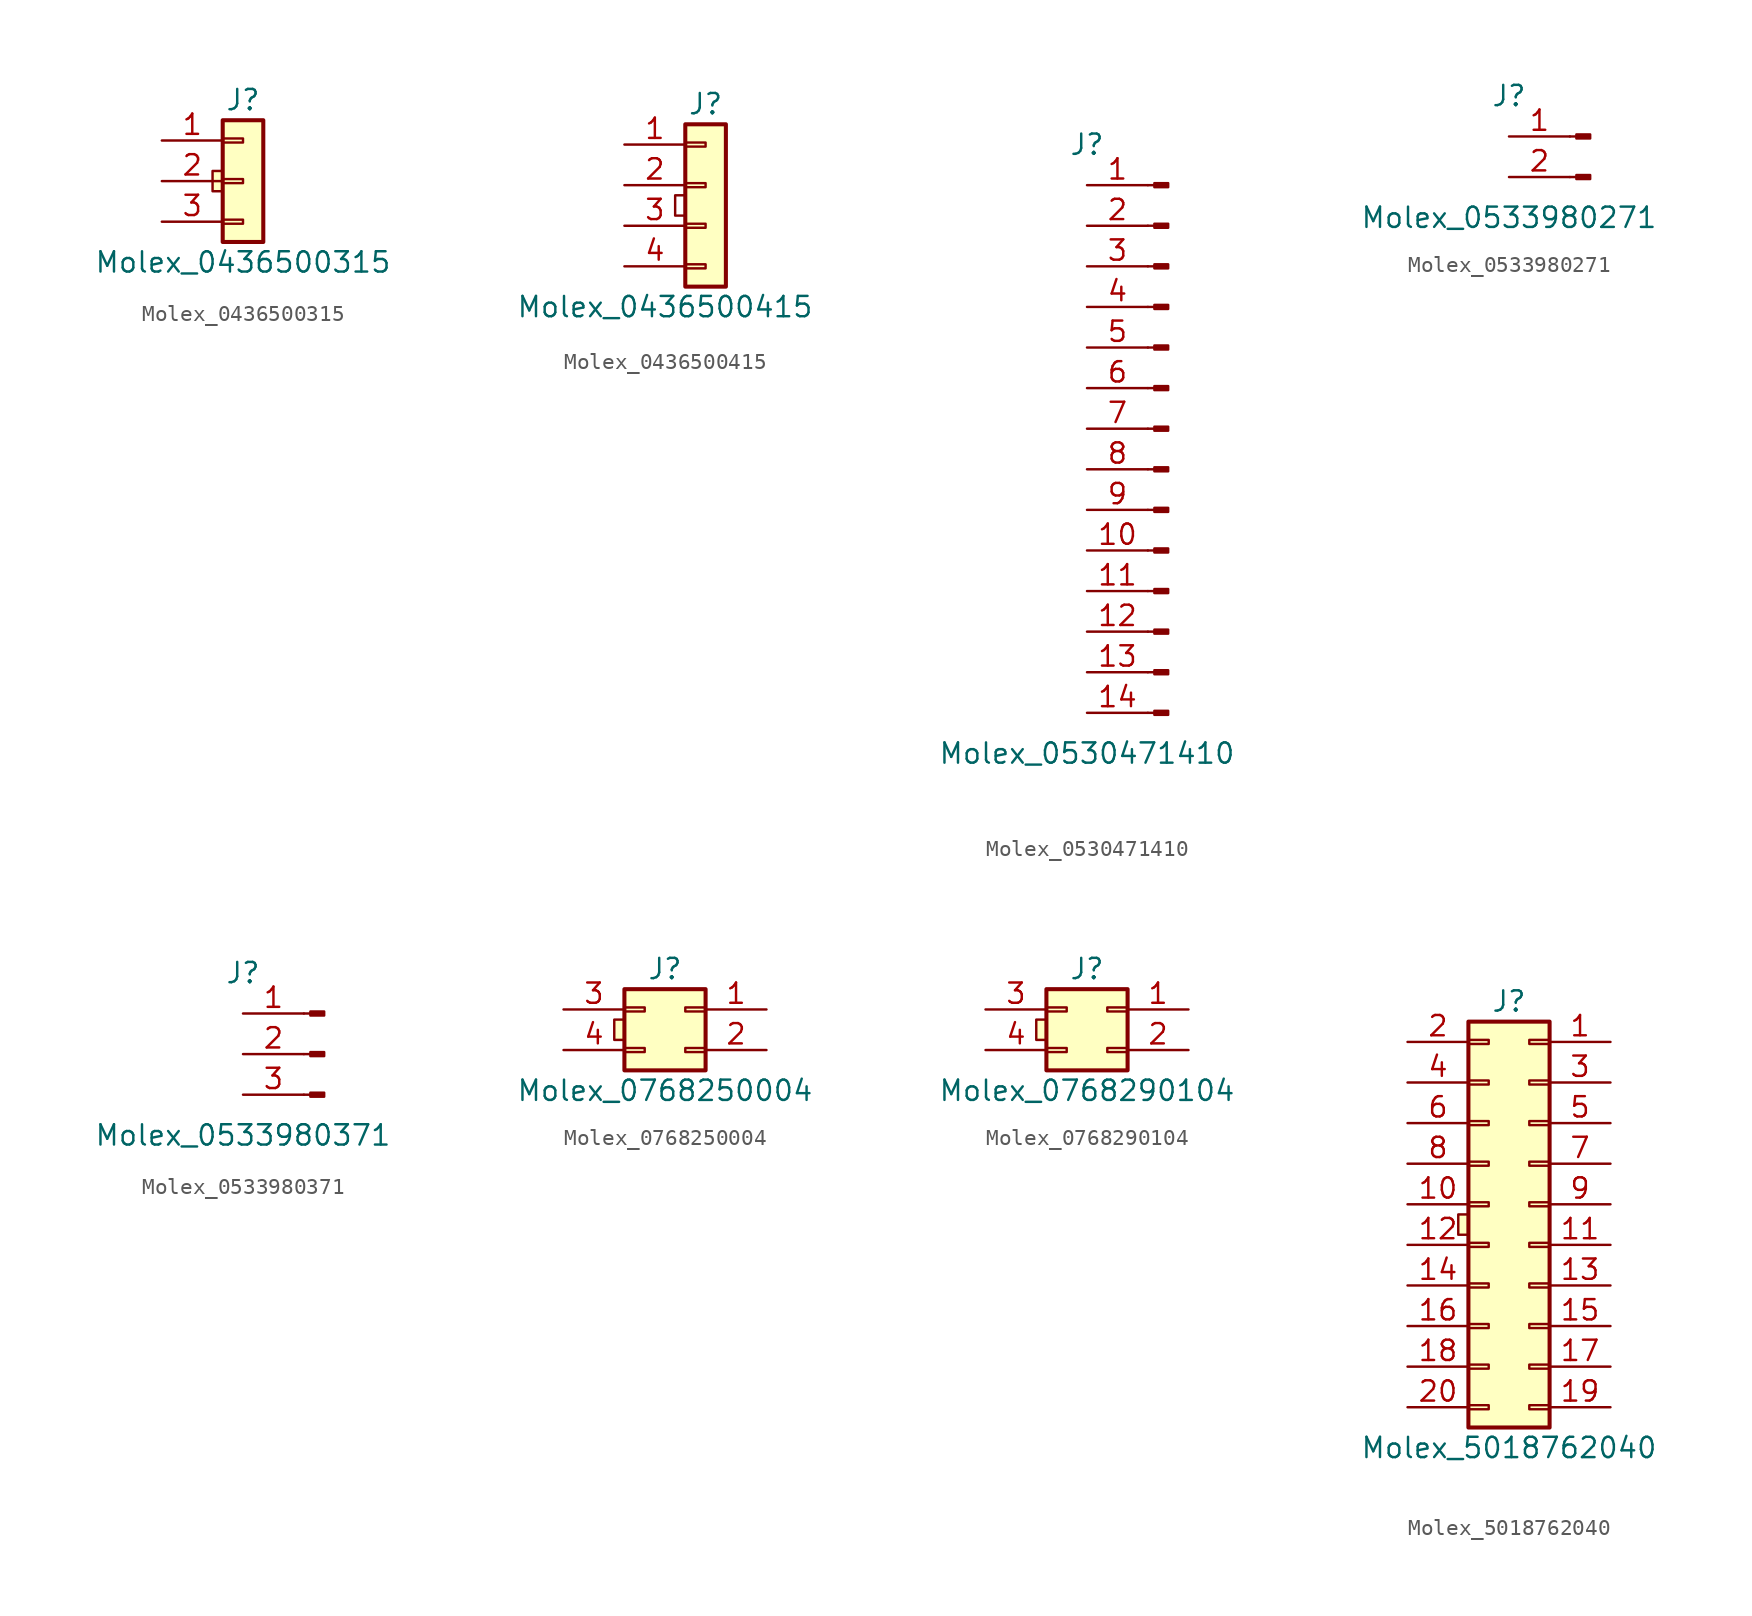
<source format=kicad_sym>
(kicad_symbol_lib
  (version 20231120)
  (generator "kicad_symbol_editor")
  (generator_version "8.0")
  (symbol "Molex_0436500315"
    (pin_names
      (offset 1.016) hide)
    (property "Reference" "J"
      (at 0 5.08 0)
      (effects (font (size 1.27 1.27))))
    (property "Value" "Molex_0436500315"
      (at 0 -5.08 0)
      (effects (font (size 1.27 1.27))))
    (symbol "Molex_0436500315_0_1"
      (rectangle (start -1.27 0.635) (end -1.905 -0.635) (stroke (width 0) (type default)) (fill (type background))))
    (symbol "Molex_0436500315_1_1"
      (rectangle (start -1.27 -2.413) (end 0 -2.667) (stroke (width 0.152) (type default)) (fill (type none)))
      (rectangle (start -1.27 0.127) (end 0 -0.127) (stroke (width 0.152) (type default)) (fill (type none)))
      (rectangle (start -1.27 2.667) (end 0 2.413) (stroke (width 0.152) (type default)) (fill (type none)))
      (rectangle (start -1.27 3.81) (end 1.27 -3.81) (stroke (width 0.254) (type default)) (fill (type background)))
      (pin passive line (at -5.08 2.54 0) (length 3.81) (name "Pin_1" (effects (font (size 1.27 1.27)))) (number "1" (effects (font (size 1.27 1.27)))))
      (pin passive line (at -5.08 0 0) (length 3.81) (name "Pin_2" (effects (font (size 1.27 1.27)))) (number "2" (effects (font (size 1.27 1.27)))))
      (pin passive line (at -5.08 -2.54 0) (length 3.81) (name "Pin_3" (effects (font (size 1.27 1.27)))) (number "3" (effects (font (size 1.27 1.27)))))))
  (symbol "Molex_0436500415"
    (property "Reference" "J"
      (at 0 6.35 0)
      (effects (font (size 1.27 1.27))))
    (property "Value" "Molex_0436500415"
      (at -2.54 -6.35 0)
      (effects (font (size 1.27 1.27))))
    (symbol "Molex_0436500415_0_1"
      (rectangle (start -1.27 0.635) (end -1.905 -0.635) (stroke (width 0) (type default)) (fill (type none))))
    (symbol "Molex_0436500415_1_1"
      (rectangle (start -1.27 -3.683) (end 0 -3.937) (stroke (width 0.152) (type default)) (fill (type none)))
      (rectangle (start -1.27 -1.143) (end 0 -1.397) (stroke (width 0.152) (type default)) (fill (type none)))
      (rectangle (start -1.27 1.397) (end 0 1.143) (stroke (width 0.152) (type default)) (fill (type none)))
      (rectangle (start -1.27 3.937) (end 0 3.683) (stroke (width 0.152) (type default)) (fill (type none)))
      (rectangle (start -1.27 5.08) (end 1.27 -5.08) (stroke (width 0.254) (type default)) (fill (type background)))
      (pin passive line (at -5.08 3.81 0) (length 3.81) (name "" (effects (font (size 1.27 1.27)))) (number "1" (effects (font (size 1.27 1.27)))))
      (pin passive line (at -5.08 1.27 0) (length 3.81) (name "" (effects (font (size 1.27 1.27)))) (number "2" (effects (font (size 1.27 1.27)))))
      (pin passive line (at -5.08 -1.27 0) (length 3.81) (name "" (effects (font (size 1.27 1.27)))) (number "3" (effects (font (size 1.27 1.27)))))
      (pin passive line (at -5.08 -3.81 0) (length 3.81) (name "" (effects (font (size 1.27 1.27)))) (number "4" (effects (font (size 1.27 1.27)))))))
  (symbol "Molex_0530471410"
    (pin_names
      (offset 1.016) hide)
    (property "Reference" "J"
      (at 0 17.78 0)
      (effects (font (size 1.27 1.27))))
    (property "Value" "Molex_0530471410"
      (at 0 -20.32 0)
      (effects (font (size 1.27 1.27))))
    (symbol "Molex_0530471410_1_1"
      (polyline (pts (xy 3.81 -17.78) (xy 4.216 -17.78)) (stroke (width 0.152) (type default)) (fill (type none)))
      (polyline (pts (xy 3.81 -15.24) (xy 4.216 -15.24)) (stroke (width 0.152) (type default)) (fill (type none)))
      (polyline (pts (xy 3.81 -12.7) (xy 4.216 -12.7)) (stroke (width 0.152) (type default)) (fill (type none)))
      (polyline (pts (xy 3.81 -10.16) (xy 4.216 -10.16)) (stroke (width 0.152) (type default)) (fill (type none)))
      (polyline (pts (xy 3.81 -7.62) (xy 4.216 -7.62)) (stroke (width 0.152) (type default)) (fill (type none)))
      (polyline (pts (xy 3.81 -5.08) (xy 4.216 -5.08)) (stroke (width 0.152) (type default)) (fill (type none)))
      (polyline (pts (xy 3.81 -2.54) (xy 4.216 -2.54)) (stroke (width 0.152) (type default)) (fill (type none)))
      (polyline (pts (xy 3.81 0) (xy 4.216 0)) (stroke (width 0.152) (type default)) (fill (type none)))
      (polyline (pts (xy 3.81 2.54) (xy 4.216 2.54)) (stroke (width 0.152) (type default)) (fill (type none)))
      (polyline (pts (xy 3.81 5.08) (xy 4.216 5.08)) (stroke (width 0.152) (type default)) (fill (type none)))
      (polyline (pts (xy 3.81 7.62) (xy 4.216 7.62)) (stroke (width 0.152) (type default)) (fill (type none)))
      (polyline (pts (xy 3.81 10.16) (xy 4.216 10.16)) (stroke (width 0.152) (type default)) (fill (type none)))
      (polyline (pts (xy 3.81 12.7) (xy 4.216 12.7)) (stroke (width 0.152) (type default)) (fill (type none)))
      (polyline (pts (xy 3.81 15.24) (xy 4.216 15.24)) (stroke (width 0.152) (type default)) (fill (type none)))
      (rectangle (start 5.08 -17.907) (end 4.216 -17.653) (stroke (width 0.152) (type default)) (fill (type outline)))
      (rectangle (start 5.08 -15.367) (end 4.216 -15.113) (stroke (width 0.152) (type default)) (fill (type outline)))
      (rectangle (start 5.08 -12.827) (end 4.216 -12.573) (stroke (width 0.152) (type default)) (fill (type outline)))
      (rectangle (start 5.08 -10.287) (end 4.216 -10.033) (stroke (width 0.152) (type default)) (fill (type outline)))
      (rectangle (start 5.08 -7.747) (end 4.216 -7.493) (stroke (width 0.152) (type default)) (fill (type outline)))
      (rectangle (start 5.08 -5.207) (end 4.216 -4.953) (stroke (width 0.152) (type default)) (fill (type outline)))
      (rectangle (start 5.08 -2.667) (end 4.216 -2.413) (stroke (width 0.152) (type default)) (fill (type outline)))
      (rectangle (start 5.08 -0.127) (end 4.216 0.127) (stroke (width 0.152) (type default)) (fill (type outline)))
      (rectangle (start 5.08 2.413) (end 4.216 2.667) (stroke (width 0.152) (type default)) (fill (type outline)))
      (rectangle (start 5.08 4.953) (end 4.216 5.207) (stroke (width 0.152) (type default)) (fill (type outline)))
      (rectangle (start 5.08 7.493) (end 4.216 7.747) (stroke (width 0.152) (type default)) (fill (type outline)))
      (rectangle (start 5.08 10.033) (end 4.216 10.287) (stroke (width 0.152) (type default)) (fill (type outline)))
      (rectangle (start 5.08 12.573) (end 4.216 12.827) (stroke (width 0.152) (type default)) (fill (type outline)))
      (rectangle (start 5.08 15.113) (end 4.216 15.367) (stroke (width 0.152) (type default)) (fill (type outline)))
      (pin passive line (at 0 15.24 0) (length 3.81) (name "Pin_1" (effects (font (size 1.27 1.27)))) (number "1" (effects (font (size 1.27 1.27)))))
      (pin passive line (at 0 -7.62 0) (length 3.81) (name "Pin_10" (effects (font (size 1.27 1.27)))) (number "10" (effects (font (size 1.27 1.27)))))
      (pin passive line (at 0 -10.16 0) (length 3.81) (name "Pin_11" (effects (font (size 1.27 1.27)))) (number "11" (effects (font (size 1.27 1.27)))))
      (pin passive line (at 0 -12.7 0) (length 3.81) (name "Pin_12" (effects (font (size 1.27 1.27)))) (number "12" (effects (font (size 1.27 1.27)))))
      (pin passive line (at 0 -15.24 0) (length 3.81) (name "Pin_13" (effects (font (size 1.27 1.27)))) (number "13" (effects (font (size 1.27 1.27)))))
      (pin passive line (at 0 -17.78 0) (length 3.81) (name "Pin_14" (effects (font (size 1.27 1.27)))) (number "14" (effects (font (size 1.27 1.27)))))
      (pin passive line (at 0 12.7 0) (length 3.81) (name "Pin_2" (effects (font (size 1.27 1.27)))) (number "2" (effects (font (size 1.27 1.27)))))
      (pin passive line (at 0 10.16 0) (length 3.81) (name "Pin_3" (effects (font (size 1.27 1.27)))) (number "3" (effects (font (size 1.27 1.27)))))
      (pin passive line (at 0 7.62 0) (length 3.81) (name "Pin_4" (effects (font (size 1.27 1.27)))) (number "4" (effects (font (size 1.27 1.27)))))
      (pin passive line (at 0 5.08 0) (length 3.81) (name "Pin_5" (effects (font (size 1.27 1.27)))) (number "5" (effects (font (size 1.27 1.27)))))
      (pin passive line (at 0 2.54 0) (length 3.81) (name "Pin_6" (effects (font (size 1.27 1.27)))) (number "6" (effects (font (size 1.27 1.27)))))
      (pin passive line (at 0 0 0) (length 3.81) (name "Pin_7" (effects (font (size 1.27 1.27)))) (number "7" (effects (font (size 1.27 1.27)))))
      (pin passive line (at 0 -2.54 0) (length 3.81) (name "Pin_8" (effects (font (size 1.27 1.27)))) (number "8" (effects (font (size 1.27 1.27)))))
      (pin passive line (at 0 -5.08 0) (length 3.81) (name "Pin_9" (effects (font (size 1.27 1.27)))) (number "9" (effects (font (size 1.27 1.27)))))))
  (symbol "Molex_0533980271"
    (pin_names
      (offset 1.016) hide)
    (property "Reference" "J"
      (at 0 3.81 0)
      (effects (font (size 1.27 1.27))))
    (property "Value" "Molex_0533980271"
      (at 0 -3.81 0)
      (effects (font (size 1.27 1.27))))
    (symbol "Molex_0533980271_1_1"
      (polyline (pts (xy 3.81 -1.27) (xy 4.216 -1.27)) (stroke (width 0.152) (type default)) (fill (type none)))
      (polyline (pts (xy 3.81 1.27) (xy 4.216 1.27)) (stroke (width 0.152) (type default)) (fill (type none)))
      (rectangle (start 5.08 -1.397) (end 4.216 -1.143) (stroke (width 0.152) (type default)) (fill (type outline)))
      (rectangle (start 5.08 1.143) (end 4.216 1.397) (stroke (width 0.152) (type default)) (fill (type outline)))
      (pin passive line (at 0 1.27 0) (length 3.81) (name "Pin_1" (effects (font (size 1.27 1.27)))) (number "1" (effects (font (size 1.27 1.27)))))
      (pin passive line (at 0 -1.27 0) (length 3.81) (name "Pin_2" (effects (font (size 1.27 1.27)))) (number "2" (effects (font (size 1.27 1.27)))))))
  (symbol "Molex_0533980371"
    (pin_names
      (offset 1.016) hide)
    (property "Reference" "J"
      (at 0 5.08 0)
      (effects (font (size 1.27 1.27))))
    (property "Value" "Molex_0533980371"
      (at 0 -5.08 0)
      (effects (font (size 1.27 1.27))))
    (symbol "Molex_0533980371_1_1"
      (polyline (pts (xy 3.81 -2.54) (xy 4.216 -2.54)) (stroke (width 0.152) (type default)) (fill (type none)))
      (polyline (pts (xy 3.81 0) (xy 4.216 0)) (stroke (width 0.152) (type default)) (fill (type none)))
      (polyline (pts (xy 3.81 2.54) (xy 4.216 2.54)) (stroke (width 0.152) (type default)) (fill (type none)))
      (rectangle (start 5.08 -2.667) (end 4.216 -2.413) (stroke (width 0.152) (type default)) (fill (type outline)))
      (rectangle (start 5.08 -0.127) (end 4.216 0.127) (stroke (width 0.152) (type default)) (fill (type outline)))
      (rectangle (start 5.08 2.413) (end 4.216 2.667) (stroke (width 0.152) (type default)) (fill (type outline)))
      (pin passive line (at 0 2.54 0) (length 3.81) (name "Pin_1" (effects (font (size 1.27 1.27)))) (number "1" (effects (font (size 1.27 1.27)))))
      (pin passive line (at 0 0 0) (length 3.81) (name "Pin_2" (effects (font (size 1.27 1.27)))) (number "2" (effects (font (size 1.27 1.27)))))
      (pin passive line (at 0 -2.54 0) (length 3.81) (name "Pin_3" (effects (font (size 1.27 1.27)))) (number "3" (effects (font (size 1.27 1.27)))))))
  (symbol "Molex_0768250004"
    (pin_names
      (offset 1.016) hide)
    (property "Reference" "J"
      (at 1.27 2.54 0)
      (effects (font (size 1.27 1.27))))
    (property "Value" "Molex_0768250004"
      (at 1.27 -5.08 0)
      (effects (font (size 1.27 1.27))))
    (symbol "Molex_0768250004_0_1"
      (rectangle (start -1.905 -0.635) (end -1.27 -1.905) (stroke (width 0) (type default)) (fill (type background))))
    (symbol "Molex_0768250004_1_1"
      (rectangle (start -1.27 -2.413) (end 0 -2.667) (stroke (width 0.152) (type default)) (fill (type none)))
      (rectangle (start -1.27 0.127) (end 0 -0.127) (stroke (width 0.152) (type default)) (fill (type none)))
      (rectangle (start -1.27 1.27) (end 3.81 -3.81) (stroke (width 0.254) (type default)) (fill (type background)))
      (rectangle (start 3.81 -2.413) (end 2.54 -2.667) (stroke (width 0.152) (type default)) (fill (type none)))
      (rectangle (start 3.81 0.127) (end 2.54 -0.127) (stroke (width 0.152) (type default)) (fill (type none)))
      (pin passive line (at 7.62 0 180) (length 3.81) (name "Pin_1" (effects (font (size 1.27 1.27)))) (number "1" (effects (font (size 1.27 1.27)))))
      (pin passive line (at 7.62 -2.54 180) (length 3.81) (name "Pin_2" (effects (font (size 1.27 1.27)))) (number "2" (effects (font (size 1.27 1.27)))))
      (pin passive line (at -5.08 0 0) (length 3.81) (name "Pin_3" (effects (font (size 1.27 1.27)))) (number "3" (effects (font (size 1.27 1.27)))))
      (pin passive line (at -5.08 -2.54 0) (length 3.81) (name "Pin_4" (effects (font (size 1.27 1.27)))) (number "4" (effects (font (size 1.27 1.27)))))))
  (symbol "Molex_0768290104"
    (pin_names
      (offset 1.016) hide)
    (property "Reference" "J"
      (at 1.27 2.54 0)
      (effects (font (size 1.27 1.27))))
    (property "Value" "Molex_0768290104"
      (at 1.27 -5.08 0)
      (effects (font (size 1.27 1.27))))
    (symbol "Molex_0768290104_0_1"
      (rectangle (start -1.905 -0.635) (end -1.27 -1.905) (stroke (width 0) (type default)) (fill (type background))))
    (symbol "Molex_0768290104_1_1"
      (rectangle (start -1.27 -2.413) (end 0 -2.667) (stroke (width 0.152) (type default)) (fill (type none)))
      (rectangle (start -1.27 0.127) (end 0 -0.127) (stroke (width 0.152) (type default)) (fill (type none)))
      (rectangle (start -1.27 1.27) (end 3.81 -3.81) (stroke (width 0.254) (type default)) (fill (type background)))
      (rectangle (start 3.81 -2.413) (end 2.54 -2.667) (stroke (width 0.152) (type default)) (fill (type none)))
      (rectangle (start 3.81 0.127) (end 2.54 -0.127) (stroke (width 0.152) (type default)) (fill (type none)))
      (pin passive line (at 7.62 0 180) (length 3.81) (name "Pin_1" (effects (font (size 1.27 1.27)))) (number "1" (effects (font (size 1.27 1.27)))))
      (pin passive line (at 7.62 -2.54 180) (length 3.81) (name "Pin_2" (effects (font (size 1.27 1.27)))) (number "2" (effects (font (size 1.27 1.27)))))
      (pin passive line (at -5.08 0 0) (length 3.81) (name "Pin_3" (effects (font (size 1.27 1.27)))) (number "3" (effects (font (size 1.27 1.27)))))
      (pin passive line (at -5.08 -2.54 0) (length 3.81) (name "Pin_4" (effects (font (size 1.27 1.27)))) (number "4" (effects (font (size 1.27 1.27)))))))
  (symbol "Molex_5018762040"
    (pin_names
      (offset 1.016) hide)
    (property "Reference" "J"
      (at 0 13.97 0)
      (effects (font (size 1.27 1.27))))
    (property "Value" "Molex_5018762040"
      (at 0 -13.97 0)
      (effects (font (size 1.27 1.27))))
    (symbol "Molex_5018762040_1_1"
      (rectangle (start -3.175 0.635) (end -2.54 -0.635) (stroke (width 0) (type default)) (fill (type background)))
      (rectangle (start -2.54 12.7) (end 2.54 -12.7) (stroke (width 0.254) (type default)) (fill (type background)))
      (rectangle (start -1.27 -11.557) (end -2.54 -11.303) (stroke (width 0.152) (type default)) (fill (type none)))
      (rectangle (start -1.27 -9.017) (end -2.54 -8.763) (stroke (width 0.152) (type default)) (fill (type none)))
      (rectangle (start -1.27 -6.477) (end -2.54 -6.223) (stroke (width 0.152) (type default)) (fill (type none)))
      (rectangle (start -1.27 -3.937) (end -2.54 -3.683) (stroke (width 0.152) (type default)) (fill (type none)))
      (rectangle (start -1.27 -1.397) (end -2.54 -1.143) (stroke (width 0.152) (type default)) (fill (type none)))
      (rectangle (start -1.27 1.143) (end -2.54 1.397) (stroke (width 0.152) (type default)) (fill (type none)))
      (rectangle (start -1.27 3.683) (end -2.54 3.937) (stroke (width 0.152) (type default)) (fill (type none)))
      (rectangle (start -1.27 6.223) (end -2.54 6.477) (stroke (width 0.152) (type default)) (fill (type none)))
      (rectangle (start -1.27 8.763) (end -2.54 9.017) (stroke (width 0.152) (type default)) (fill (type none)))
      (rectangle (start -1.27 11.303) (end -2.54 11.557) (stroke (width 0.152) (type default)) (fill (type none)))
      (rectangle (start 1.27 -11.557) (end 2.54 -11.303) (stroke (width 0.152) (type default)) (fill (type none)))
      (rectangle (start 1.27 -9.017) (end 2.54 -8.763) (stroke (width 0.152) (type default)) (fill (type none)))
      (rectangle (start 1.27 -6.477) (end 2.54 -6.223) (stroke (width 0.152) (type default)) (fill (type none)))
      (rectangle (start 1.27 -3.937) (end 2.54 -3.683) (stroke (width 0.152) (type default)) (fill (type none)))
      (rectangle (start 1.27 -1.397) (end 2.54 -1.143) (stroke (width 0.152) (type default)) (fill (type none)))
      (rectangle (start 1.27 1.143) (end 2.54 1.397) (stroke (width 0.152) (type default)) (fill (type none)))
      (rectangle (start 1.27 3.683) (end 2.54 3.937) (stroke (width 0.152) (type default)) (fill (type none)))
      (rectangle (start 1.27 6.223) (end 2.54 6.477) (stroke (width 0.152) (type default)) (fill (type none)))
      (rectangle (start 1.27 8.763) (end 2.54 9.017) (stroke (width 0.152) (type default)) (fill (type none)))
      (rectangle (start 1.27 11.303) (end 2.54 11.557) (stroke (width 0.152) (type default)) (fill (type none)))
      (pin passive line (at 6.35 11.43 180) (length 3.81) (name "Pin_1" (effects (font (size 1.27 1.27)))) (number "1" (effects (font (size 1.27 1.27)))))
      (pin passive line (at -6.35 1.27 0) (length 3.81) (name "Pin_10" (effects (font (size 1.27 1.27)))) (number "10" (effects (font (size 1.27 1.27)))))
      (pin passive line (at 6.35 -1.27 180) (length 3.81) (name "Pin_11" (effects (font (size 1.27 1.27)))) (number "11" (effects (font (size 1.27 1.27)))))
      (pin passive line (at -6.35 -1.27 0) (length 3.81) (name "Pin_12" (effects (font (size 1.27 1.27)))) (number "12" (effects (font (size 1.27 1.27)))))
      (pin passive line (at 6.35 -3.81 180) (length 3.81) (name "Pin_13" (effects (font (size 1.27 1.27)))) (number "13" (effects (font (size 1.27 1.27)))))
      (pin passive line (at -6.35 -3.81 0) (length 3.81) (name "Pin_14" (effects (font (size 1.27 1.27)))) (number "14" (effects (font (size 1.27 1.27)))))
      (pin passive line (at 6.35 -6.35 180) (length 3.81) (name "Pin_15" (effects (font (size 1.27 1.27)))) (number "15" (effects (font (size 1.27 1.27)))))
      (pin passive line (at -6.35 -6.35 0) (length 3.81) (name "Pin_16" (effects (font (size 1.27 1.27)))) (number "16" (effects (font (size 1.27 1.27)))))
      (pin passive line (at 6.35 -8.89 180) (length 3.81) (name "Pin_17" (effects (font (size 1.27 1.27)))) (number "17" (effects (font (size 1.27 1.27)))))
      (pin passive line (at -6.35 -8.89 0) (length 3.81) (name "Pin_18" (effects (font (size 1.27 1.27)))) (number "18" (effects (font (size 1.27 1.27)))))
      (pin passive line (at 6.35 -11.43 180) (length 3.81) (name "Pin_19" (effects (font (size 1.27 1.27)))) (number "19" (effects (font (size 1.27 1.27)))))
      (pin passive line (at -6.35 11.43 0) (length 3.81) (name "Pin_2" (effects (font (size 1.27 1.27)))) (number "2" (effects (font (size 1.27 1.27)))))
      (pin passive line (at -6.35 -11.43 0) (length 3.81) (name "Pin_20" (effects (font (size 1.27 1.27)))) (number "20" (effects (font (size 1.27 1.27)))))
      (pin passive line (at 6.35 8.89 180) (length 3.81) (name "Pin_3" (effects (font (size 1.27 1.27)))) (number "3" (effects (font (size 1.27 1.27)))))
      (pin passive line (at -6.35 8.89 0) (length 3.81) (name "Pin_4" (effects (font (size 1.27 1.27)))) (number "4" (effects (font (size 1.27 1.27)))))
      (pin passive line (at 6.35 6.35 180) (length 3.81) (name "Pin_5" (effects (font (size 1.27 1.27)))) (number "5" (effects (font (size 1.27 1.27)))))
      (pin passive line (at -6.35 6.35 0) (length 3.81) (name "Pin_6" (effects (font (size 1.27 1.27)))) (number "6" (effects (font (size 1.27 1.27)))))
      (pin passive line (at 6.35 3.81 180) (length 3.81) (name "Pin_7" (effects (font (size 1.27 1.27)))) (number "7" (effects (font (size 1.27 1.27)))))
      (pin passive line (at -6.35 3.81 0) (length 3.81) (name "Pin_8" (effects (font (size 1.27 1.27)))) (number "8" (effects (font (size 1.27 1.27)))))
      (pin passive line (at 6.35 1.27 180) (length 3.81) (name "Pin_9" (effects (font (size 1.27 1.27)))) (number "9" (effects (font (size 1.27 1.27))))))))
</source>
